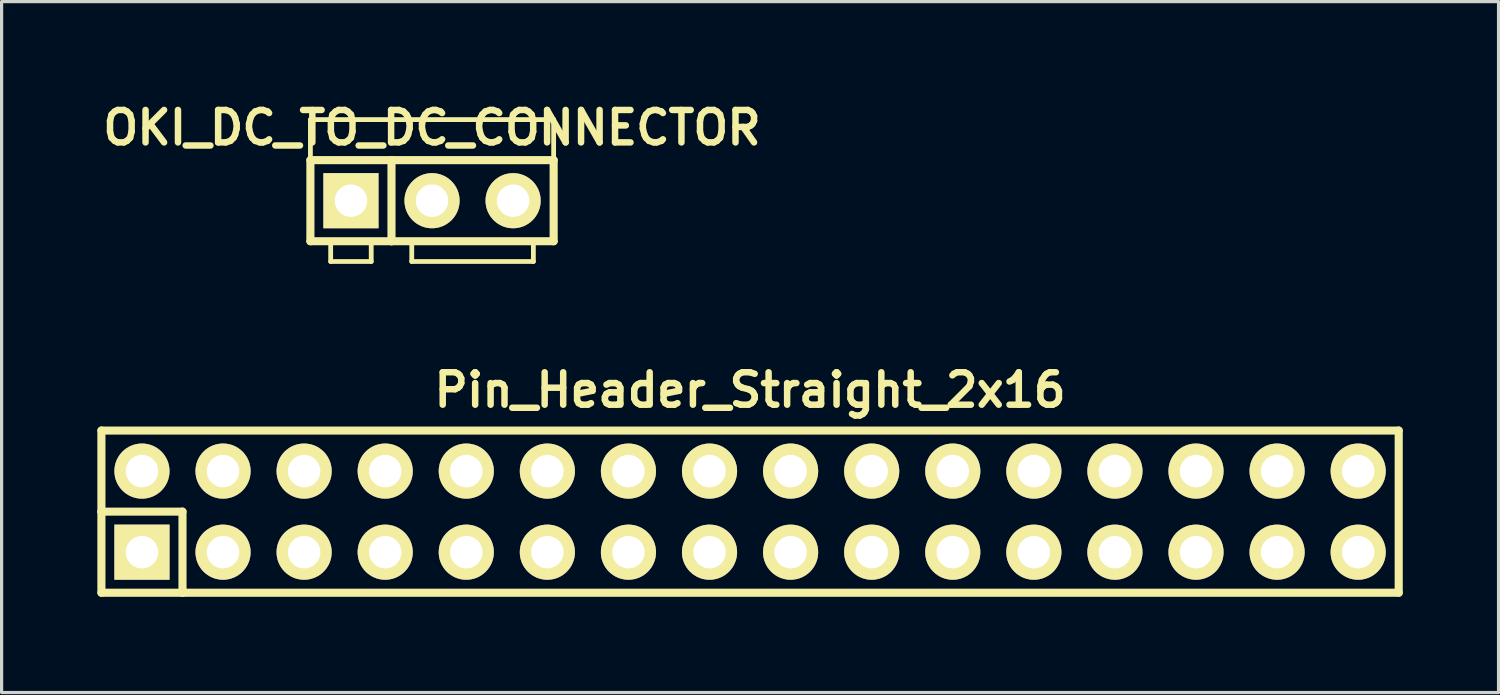
<source format=kicad_pcb>
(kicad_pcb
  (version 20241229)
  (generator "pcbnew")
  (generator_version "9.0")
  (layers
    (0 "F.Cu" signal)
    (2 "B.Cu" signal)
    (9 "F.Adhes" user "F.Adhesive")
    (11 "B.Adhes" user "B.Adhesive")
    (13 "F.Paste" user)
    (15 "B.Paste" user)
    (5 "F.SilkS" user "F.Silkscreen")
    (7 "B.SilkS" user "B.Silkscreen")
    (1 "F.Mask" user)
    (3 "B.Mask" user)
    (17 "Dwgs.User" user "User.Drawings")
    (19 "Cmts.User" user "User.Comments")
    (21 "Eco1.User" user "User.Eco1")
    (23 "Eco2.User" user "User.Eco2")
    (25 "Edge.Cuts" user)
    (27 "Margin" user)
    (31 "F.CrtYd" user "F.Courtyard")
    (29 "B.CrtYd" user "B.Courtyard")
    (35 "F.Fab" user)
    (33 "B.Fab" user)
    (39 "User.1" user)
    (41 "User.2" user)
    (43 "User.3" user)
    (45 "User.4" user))
  (footprint "OKI_DC_TO_DC_CONNECTOR"
    (layer "F.Cu")
    (at 10.484 3.237)
    (property "Reference" "OKI_DC_TO_DC_CONNECTOR" (at 0 -2.286 0) (layer "F.SilkS") (effects (font (size 1.016 1.016) (thickness 0.203))))
    (attr through_hole)
    (fp_line (start -3.81 -2.54) (end 3.81 -2.54) (stroke (width 0.15) (type solid)) (layer "F.SilkS"))
    (fp_line (start -3.81 -1.27) (end -3.81 -2.54) (stroke (width 0.15) (type solid)) (layer "F.SilkS"))
    (fp_line (start -3.81 -1.27) (end -3.81 1.27) (stroke (width 0.254) (type solid)) (layer "F.SilkS"))
    (fp_line (start -3.81 -1.27) (end -1.27 -1.27) (stroke (width 0.254) (type solid)) (layer "F.SilkS"))
    (fp_line (start -3.81 1.27) (end -1.27 1.27) (stroke (width 0.254) (type solid)) (layer "F.SilkS"))
    (fp_line (start -3.175 1.905) (end -3.175 1.27) (stroke (width 0.15) (type solid)) (layer "F.SilkS"))
    (fp_line (start -1.905 1.27) (end -1.905 1.905) (stroke (width 0.15) (type solid)) (layer "F.SilkS"))
    (fp_line (start -1.905 1.905) (end -3.175 1.905) (stroke (width 0.15) (type solid)) (layer "F.SilkS"))
    (fp_line (start -1.27 -1.27) (end -1.27 1.27) (stroke (width 0.254) (type solid)) (layer "F.SilkS"))
    (fp_line (start -1.27 1.27) (end 3.81 1.27) (stroke (width 0.254) (type solid)) (layer "F.SilkS"))
    (fp_line (start -0.635 1.905) (end -0.635 1.27) (stroke (width 0.15) (type solid)) (layer "F.SilkS"))
    (fp_line (start 3.175 1.27) (end 3.175 1.905) (stroke (width 0.15) (type solid)) (layer "F.SilkS"))
    (fp_line (start 3.175 1.905) (end -0.635 1.905) (stroke (width 0.15) (type solid)) (layer "F.SilkS"))
    (fp_line (start 3.81 -2.54) (end 3.81 -1.27) (stroke (width 0.15) (type solid)) (layer "F.SilkS"))
    (fp_line (start 3.81 -1.27) (end -1.27 -1.27) (stroke (width 0.254) (type solid)) (layer "F.SilkS"))
    (fp_line (start 3.81 1.27) (end 3.81 -1.27) (stroke (width 0.254) (type solid)) (layer "F.SilkS"))
    (pad "1" thru_hole rect (at -2.54 0) (size 1.727 1.727) (drill 1.016) (layers "*.Cu" "*.Mask" "F.SilkS"))
    (pad "2" thru_hole circle (at 0 0) (size 1.727 1.727) (drill 1.016) (layers "*.Cu" "*.Mask" "F.SilkS"))
    (pad "3" thru_hole circle (at 2.54 0) (size 1.727 1.727) (drill 1.016) (layers "*.Cu" "*.Mask" "F.SilkS")))
  (footprint "Pin_Header_Straight_2x16"
    (layer "F.Cu")
    (at 20.447 12.978)
    (property "Reference" "Pin_Header_Straight_2x16" (at 0 -3.81 0) (layer "F.SilkS") (effects (font (size 1.016 1.016) (thickness 0.203))))
    (attr through_hole)
    (fp_line (start -20.32 -2.54) (end -20.32 0) (stroke (width 0.254) (type solid)) (layer "F.SilkS"))
    (fp_line (start -20.32 0) (end -17.78 0) (stroke (width 0.254) (type solid)) (layer "F.SilkS"))
    (fp_line (start -20.32 2.54) (end -20.32 0) (stroke (width 0.254) (type solid)) (layer "F.SilkS"))
    (fp_line (start -20.32 2.54) (end -17.78 2.54) (stroke (width 0.254) (type solid)) (layer "F.SilkS"))
    (fp_line (start -17.78 0) (end -17.78 2.54) (stroke (width 0.254) (type solid)) (layer "F.SilkS"))
    (fp_line (start -17.78 2.54) (end 20.32 2.54) (stroke (width 0.254) (type solid)) (layer "F.SilkS"))
    (fp_line (start 20.32 -2.54) (end -20.32 -2.54) (stroke (width 0.254) (type solid)) (layer "F.SilkS"))
    (fp_line (start 20.32 -2.54) (end 20.32 2.54) (stroke (width 0.254) (type solid)) (layer "F.SilkS"))
    (pad "1" thru_hole rect (at -19.05 1.27) (size 1.727 1.727) (drill 1.016) (layers "*.Cu" "*.Mask" "F.SilkS"))
    (pad "2" thru_hole oval (at -19.05 -1.27) (size 1.727 1.727) (drill 1.016) (layers "*.Cu" "*.Mask" "F.SilkS"))
    (pad "3" thru_hole oval (at -16.51 1.27) (size 1.727 1.727) (drill 1.016) (layers "*.Cu" "*.Mask" "F.SilkS"))
    (pad "4" thru_hole oval (at -16.51 -1.27) (size 1.727 1.727) (drill 1.016) (layers "*.Cu" "*.Mask" "F.SilkS"))
    (pad "5" thru_hole oval (at -13.97 1.27) (size 1.727 1.727) (drill 1.016) (layers "*.Cu" "*.Mask" "F.SilkS"))
    (pad "6" thru_hole oval (at -13.97 -1.27) (size 1.727 1.727) (drill 1.016) (layers "*.Cu" "*.Mask" "F.SilkS"))
    (pad "7" thru_hole oval (at -11.43 1.27) (size 1.727 1.727) (drill 1.016) (layers "*.Cu" "*.Mask" "F.SilkS"))
    (pad "8" thru_hole oval (at -11.43 -1.27) (size 1.727 1.727) (drill 1.016) (layers "*.Cu" "*.Mask" "F.SilkS"))
    (pad "9" thru_hole oval (at -8.89 1.27) (size 1.727 1.727) (drill 1.016) (layers "*.Cu" "*.Mask" "F.SilkS"))
    (pad "10" thru_hole oval (at -8.89 -1.27) (size 1.727 1.727) (drill 1.016) (layers "*.Cu" "*.Mask" "F.SilkS"))
    (pad "11" thru_hole oval (at -6.35 1.27) (size 1.727 1.727) (drill 1.016) (layers "*.Cu" "*.Mask" "F.SilkS"))
    (pad "12" thru_hole oval (at -6.35 -1.27) (size 1.727 1.727) (drill 1.016) (layers "*.Cu" "*.Mask" "F.SilkS"))
    (pad "13" thru_hole oval (at -3.81 1.27) (size 1.727 1.727) (drill 1.016) (layers "*.Cu" "*.Mask" "F.SilkS"))
    (pad "14" thru_hole oval (at -3.81 -1.27) (size 1.727 1.727) (drill 1.016) (layers "*.Cu" "*.Mask" "F.SilkS"))
    (pad "15" thru_hole oval (at -1.27 1.27) (size 1.727 1.727) (drill 1.016) (layers "*.Cu" "*.Mask" "F.SilkS"))
    (pad "16" thru_hole oval (at -1.27 -1.27) (size 1.727 1.727) (drill 1.016) (layers "*.Cu" "*.Mask" "F.SilkS"))
    (pad "17" thru_hole oval (at 1.27 1.27) (size 1.727 1.727) (drill 1.016) (layers "*.Cu" "*.Mask" "F.SilkS"))
    (pad "18" thru_hole oval (at 1.27 -1.27) (size 1.727 1.727) (drill 1.016) (layers "*.Cu" "*.Mask" "F.SilkS"))
    (pad "19" thru_hole oval (at 3.81 1.27) (size 1.727 1.727) (drill 1.016) (layers "*.Cu" "*.Mask" "F.SilkS"))
    (pad "20" thru_hole oval (at 3.81 -1.27) (size 1.727 1.727) (drill 1.016) (layers "*.Cu" "*.Mask" "F.SilkS"))
    (pad "21" thru_hole oval (at 6.35 1.27) (size 1.727 1.727) (drill 1.016) (layers "*.Cu" "*.Mask" "F.SilkS"))
    (pad "22" thru_hole oval (at 6.35 -1.27) (size 1.727 1.727) (drill 1.016) (layers "*.Cu" "*.Mask" "F.SilkS"))
    (pad "23" thru_hole oval (at 8.89 1.27) (size 1.727 1.727) (drill 1.016) (layers "*.Cu" "*.Mask" "F.SilkS"))
    (pad "24" thru_hole oval (at 8.89 -1.27) (size 1.727 1.727) (drill 1.016) (layers "*.Cu" "*.Mask" "F.SilkS"))
    (pad "25" thru_hole oval (at 11.43 1.27) (size 1.727 1.727) (drill 1.016) (layers "*.Cu" "*.Mask" "F.SilkS"))
    (pad "26" thru_hole oval (at 11.43 -1.27) (size 1.727 1.727) (drill 1.016) (layers "*.Cu" "*.Mask" "F.SilkS"))
    (pad "27" thru_hole oval (at 13.97 1.27) (size 1.727 1.727) (drill 1.016) (layers "*.Cu" "*.Mask" "F.SilkS"))
    (pad "28" thru_hole oval (at 13.97 -1.27) (size 1.727 1.727) (drill 1.016) (layers "*.Cu" "*.Mask" "F.SilkS"))
    (pad "29" thru_hole oval (at 16.51 1.27) (size 1.727 1.727) (drill 1.016) (layers "*.Cu" "*.Mask" "F.SilkS"))
    (pad "30" thru_hole oval (at 16.51 -1.27) (size 1.727 1.727) (drill 1.016) (layers "*.Cu" "*.Mask" "F.SilkS"))
    (pad "31" thru_hole oval (at 19.05 1.27) (size 1.727 1.727) (drill 1.016) (layers "*.Cu" "*.Mask" "F.SilkS"))
    (pad "32" thru_hole oval (at 19.05 -1.27) (size 1.727 1.727) (drill 1.016) (layers "*.Cu" "*.Mask" "F.SilkS")))
  (gr_rect
    (start -3 -3)
    (end 43.894 18.645)
    (stroke (width 0.1) (type default))
    (fill no)
    (layer "Edge.Cuts")))
</source>
